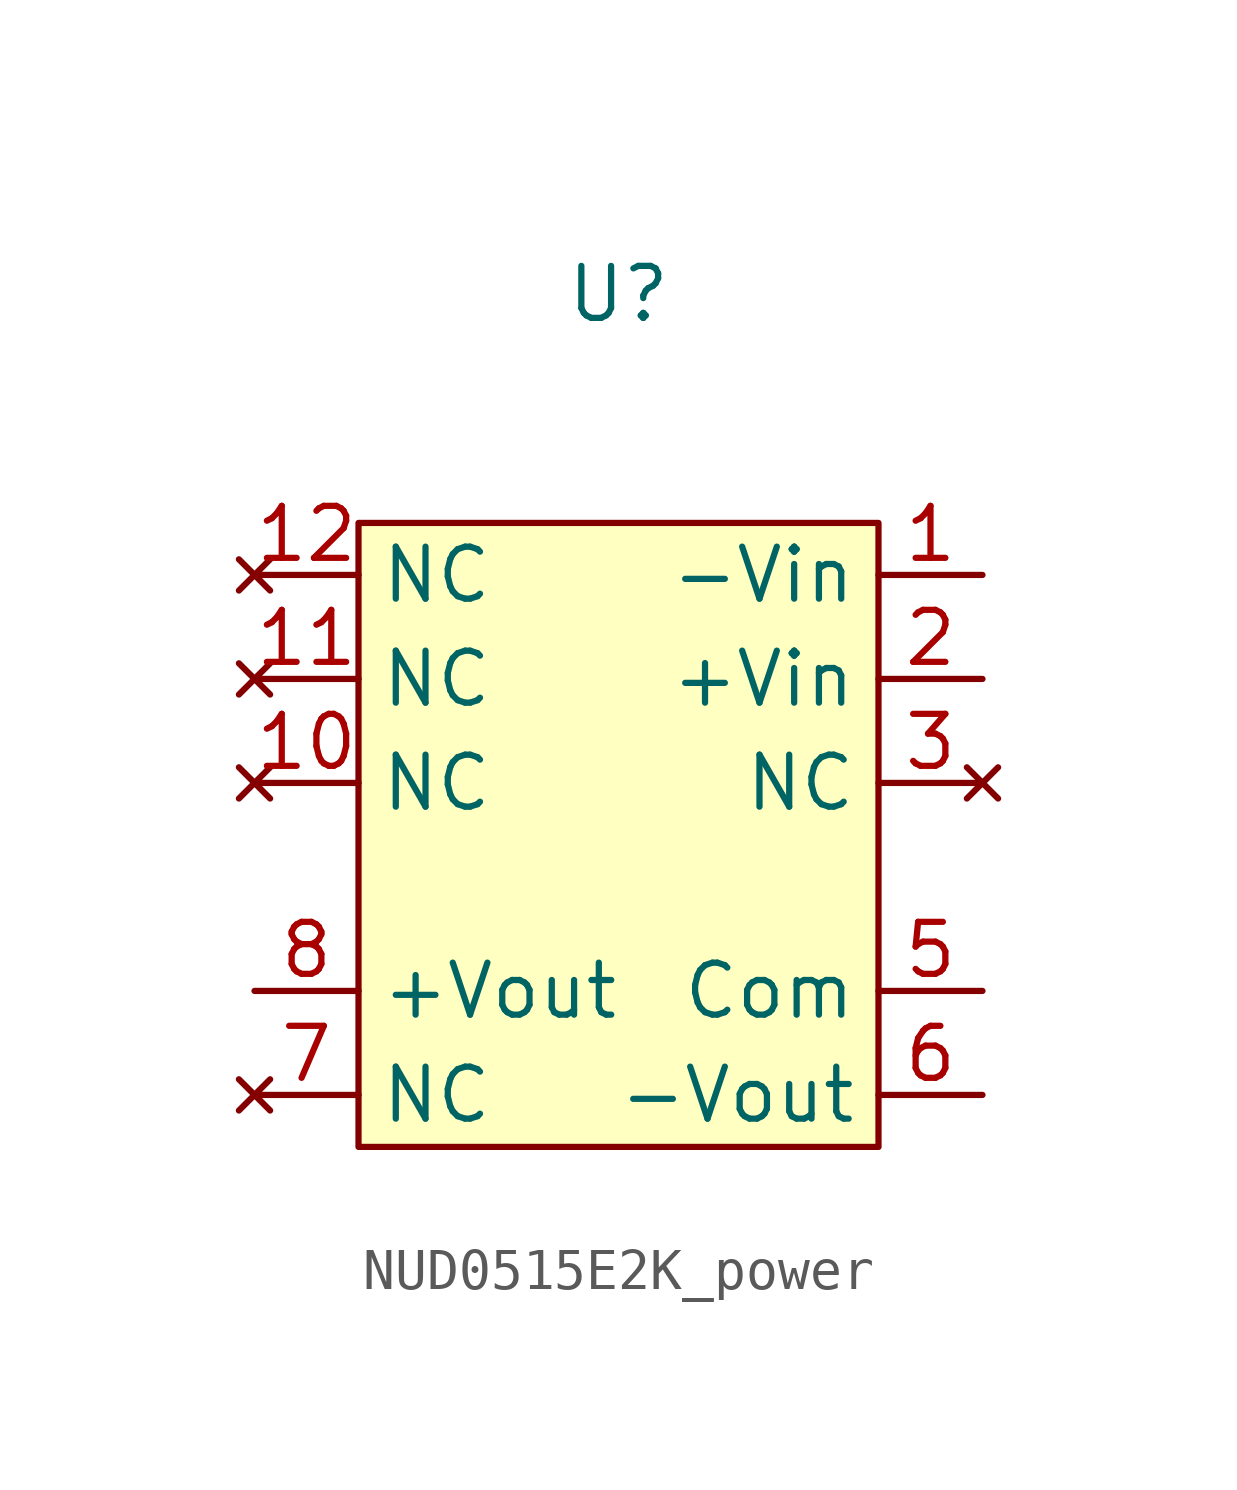
<source format=kicad_sym>
(kicad_symbol_lib
  (version 20231120)
  (generator "kicad_symbol_editor")
  (generator_version "8.0")
  (symbol "NUD0515E2K_power"
    (property "Reference" "U"
      (at 0 13.208 0)
      (effects (font (size 1.27 1.27))))
    (property "Value" ""
      (at 3.81 2.54 0)
      (effects (font (size 1.27 1.27))))
    (symbol "NUD0515E2K_power_1_1"
      (rectangle (start -6.35 7.62) (end 6.35 -7.62) (stroke (width 0) (type default)) (fill (type background)))
      (pin input line (at 8.89 6.35 180) (length 2.54) (name "-Vin" (effects (font (size 1.27 1.27)))) (number "1" (effects (font (size 1.27 1.27)))))
      (pin no_connect line (at -8.89 1.27 0) (length 2.54) (name "NC" (effects (font (size 1.27 1.27)))) (number "10" (effects (font (size 1.27 1.27)))))
      (pin no_connect line (at -8.89 3.81 0) (length 2.54) (name "NC" (effects (font (size 1.27 1.27)))) (number "11" (effects (font (size 1.27 1.27)))))
      (pin no_connect line (at -8.89 6.35 0) (length 2.54) (name "NC" (effects (font (size 1.27 1.27)))) (number "12" (effects (font (size 1.27 1.27)))))
      (pin input line (at 8.89 3.81 180) (length 2.54) (name "+Vin" (effects (font (size 1.27 1.27)))) (number "2" (effects (font (size 1.27 1.27)))))
      (pin no_connect line (at 8.89 1.27 180) (length 2.54) (name "NC" (effects (font (size 1.27 1.27)))) (number "3" (effects (font (size 1.27 1.27)))))
      (pin passive line (at 8.89 -3.81 180) (length 2.54) (name "Com" (effects (font (size 1.27 1.27)))) (number "5" (effects (font (size 1.27 1.27)))))
      (pin output line (at 8.89 -6.35 180) (length 2.54) (name "-Vout" (effects (font (size 1.27 1.27)))) (number "6" (effects (font (size 1.27 1.27)))))
      (pin no_connect line (at -8.89 -6.35 0) (length 2.54) (name "NC" (effects (font (size 1.27 1.27)))) (number "7" (effects (font (size 1.27 1.27)))))
      (pin output line (at -8.89 -3.81 0) (length 2.54) (name "+Vout" (effects (font (size 1.27 1.27)))) (number "8" (effects (font (size 1.27 1.27))))))))
</source>
